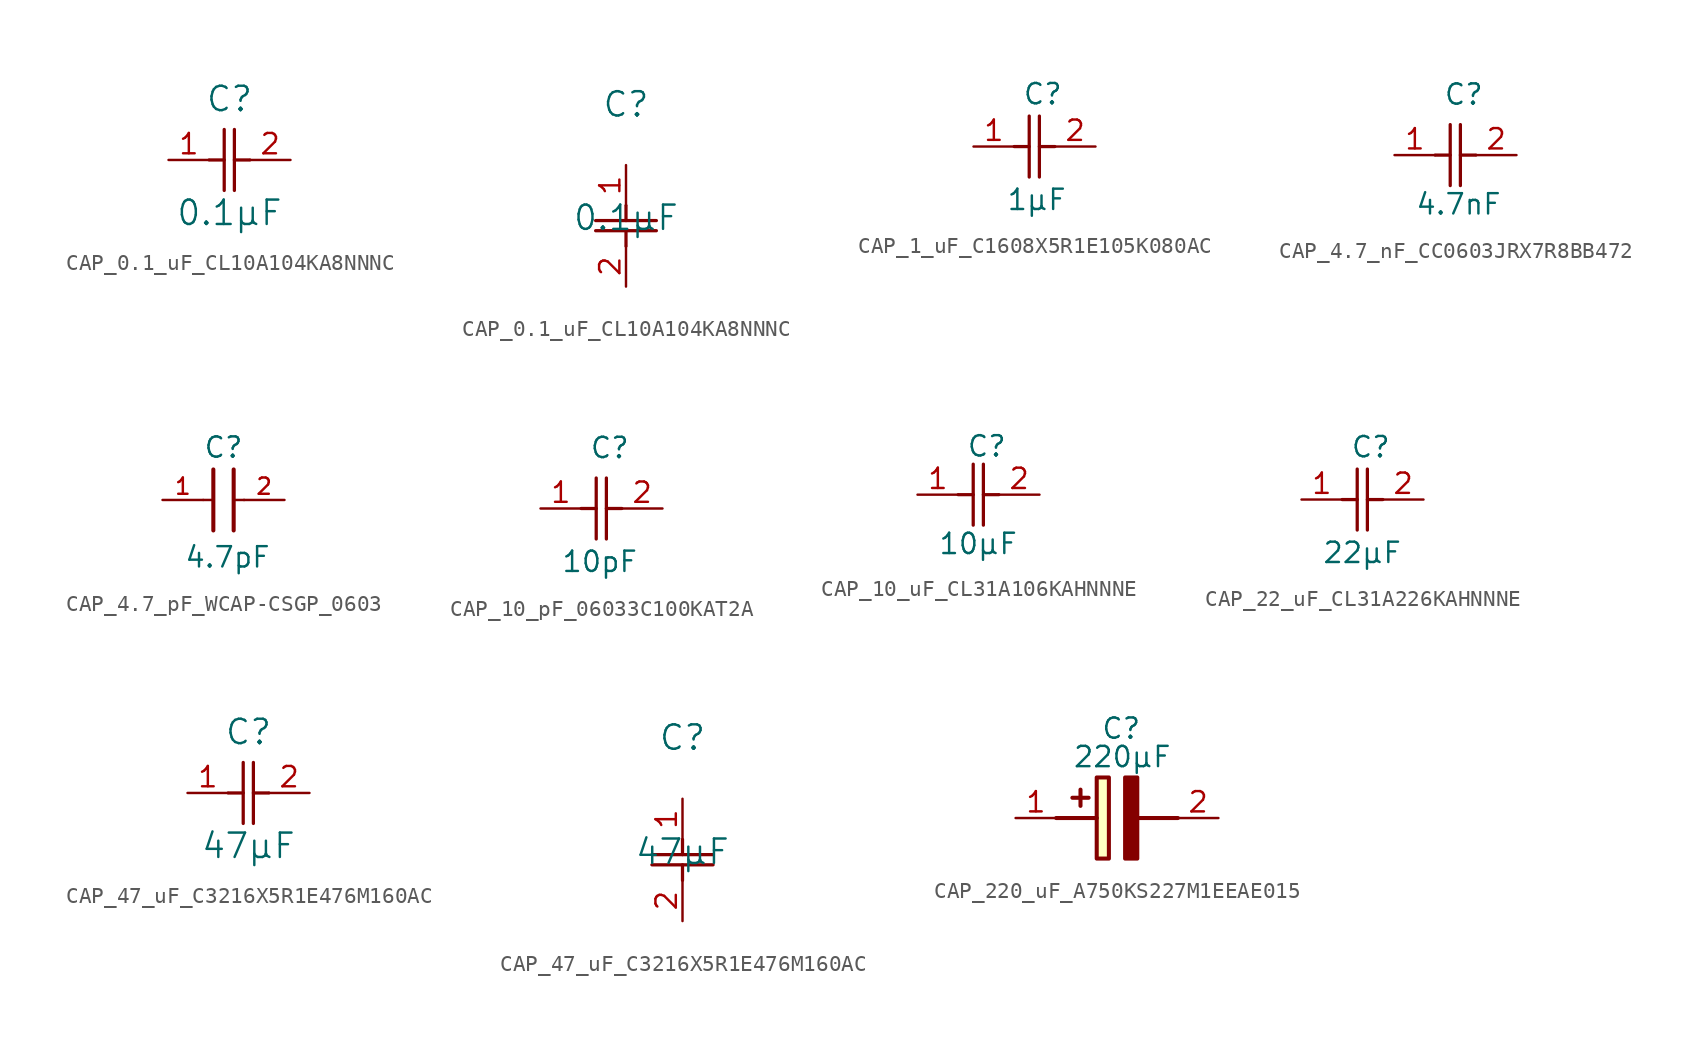
<source format=kicad_sym>
(kicad_symbol_lib
  (version 20241209)
  (generator "kicad_symbol_editor")
  (generator_version "9.0")
  (symbol "CAP_0.1_uF_CL10A104KA8NNNC"
    (pin_names
      (offset 0.254))
    (property "Reference" "C"
      (at 0 3.81 0)
      (effects (font (size 1.524 1.524))))
    (property "Value" "0.1µF"
      (at 0 -3.302 0)
      (effects (font (size 1.524 1.524))))
    (property "ki_locked" ""
      (at 0 0 0)
      (effects (font (size 1.27 1.27))))
    (symbol "CAP_0.1_uF_CL10A104KA8NNNC_1_1"
      (polyline (pts (xy -1.27 0) (xy -0.33 0)) (stroke (width 0.203) (type default)) (fill (type none)))
      (polyline (pts (xy -0.33 -1.905) (xy -0.33 1.905)) (stroke (width 0.203) (type default)) (fill (type none)))
      (polyline (pts (xy 0.305 0) (xy 1.27 0)) (stroke (width 0.203) (type default)) (fill (type none)))
      (polyline (pts (xy 0.305 -1.905) (xy 0.305 1.905)) (stroke (width 0.203) (type default)) (fill (type none)))
      (pin unspecified line (at -3.81 0 0) (length 2.54) (name "" (effects (font (size 1.27 1.27)))) (number "1" (effects (font (size 1.27 1.27)))))
      (pin unspecified line (at 3.81 0 180) (length 2.54) (name "" (effects (font (size 1.27 1.27)))) (number "2" (effects (font (size 1.27 1.27))))))
    (symbol "CAP_0.1_uF_CL10A104KA8NNNC_1_2"
      (polyline (pts (xy -1.905 -3.48) (xy 1.905 -3.48)) (stroke (width 0.203) (type default)) (fill (type none)))
      (polyline (pts (xy -1.905 -4.115) (xy 1.905 -4.115)) (stroke (width 0.203) (type default)) (fill (type none)))
      (polyline (pts (xy 0 -2.54) (xy 0 -3.48)) (stroke (width 0.203) (type default)) (fill (type none)))
      (polyline (pts (xy 0 -4.115) (xy 0 -5.08)) (stroke (width 0.203) (type default)) (fill (type none)))
      (pin unspecified line (at 0 0 270) (length 2.54) (name "" (effects (font (size 1.27 1.27)))) (number "1" (effects (font (size 1.27 1.27)))))
      (pin unspecified line (at 0 -7.62 90) (length 2.54) (name "" (effects (font (size 1.27 1.27)))) (number "2" (effects (font (size 1.27 1.27)))))))
  (symbol "CAP_1_uF_C1608X5R1E105K080AC"
    (pin_names
      (offset 1.016))
    (property "Reference" "C"
      (at -0.762 2.54 0)
      (effects (font (size 1.27 1.27)) (justify left bottom)))
    (property "Value" "1µF"
      (at -1.778 -4.064 0)
      (effects (font (size 1.27 1.27)) (justify left bottom)))
    (symbol "CAP_1_uF_C1608X5R1E105K080AC_1_1"
      (polyline (pts (xy -1.27 0) (xy -0.33 0)) (stroke (width 0.203) (type default)) (fill (type none)))
      (polyline (pts (xy -0.33 -1.905) (xy -0.33 1.905)) (stroke (width 0.203) (type default)) (fill (type none)))
      (polyline (pts (xy 0.305 0) (xy 1.27 0)) (stroke (width 0.203) (type default)) (fill (type none)))
      (polyline (pts (xy 0.305 -1.905) (xy 0.305 1.905)) (stroke (width 0.203) (type default)) (fill (type none)))
      (pin unspecified line (at -3.81 0 0) (length 2.54) (name "" (effects (font (size 1.27 1.27)))) (number "1" (effects (font (size 1.27 1.27)))))
      (pin unspecified line (at 3.81 0 180) (length 2.54) (name "" (effects (font (size 1.27 1.27)))) (number "2" (effects (font (size 1.27 1.27)))))))
  (symbol "CAP_4.7_nF_CC0603JRX7R8BB472"
    (pin_names
      (offset 1.016))
    (property "Reference" "C"
      (at -0.762 3.048 0)
      (effects (font (size 1.27 1.27)) (justify left bottom)))
    (property "Value" "4.7nF"
      (at -2.54 -3.81 0)
      (effects (font (size 1.27 1.27)) (justify left bottom)))
    (symbol "CAP_4.7_nF_CC0603JRX7R8BB472_1_1"
      (polyline (pts (xy -1.27 0) (xy -0.33 0)) (stroke (width 0.203) (type default)) (fill (type none)))
      (polyline (pts (xy -0.33 -1.905) (xy -0.33 1.905)) (stroke (width 0.203) (type default)) (fill (type none)))
      (polyline (pts (xy 0.305 0) (xy 1.27 0)) (stroke (width 0.203) (type default)) (fill (type none)))
      (polyline (pts (xy 0.305 -1.905) (xy 0.305 1.905)) (stroke (width 0.203) (type default)) (fill (type none)))
      (pin unspecified line (at -3.81 0 0) (length 2.54) (name "" (effects (font (size 1.27 1.27)))) (number "1" (effects (font (size 1.27 1.27)))))
      (pin unspecified line (at 3.81 0 180) (length 2.54) (name "" (effects (font (size 1.27 1.27)))) (number "2" (effects (font (size 1.27 1.27)))))))
  (symbol "CAP_4.7_pF_WCAP-CSGP_0603"
    (pin_names
      (offset 1.016))
    (property "Reference" "C"
      (at 0 2.54 0)
      (effects (font (size 1.27 1.27)) (justify bottom)))
    (property "Value" "4.7pF"
      (at 0.254 -4.318 0)
      (effects (font (size 1.27 1.27)) (justify bottom)))
    (symbol "CAP_4.7_pF_WCAP-CSGP_0603_0_0"
      (polyline (pts (xy -1.27 0) (xy -0.627 0)) (stroke (width 0.152) (type default)) (fill (type none)))
      (polyline (pts (xy -0.635 -1.905) (xy -0.635 1.905)) (stroke (width 0.254) (type default)) (fill (type none)))
      (polyline (pts (xy 0.635 1.905) (xy 0.635 -1.905)) (stroke (width 0.254) (type default)) (fill (type none)))
      (polyline (pts (xy 0.658 0) (xy 1.3 0)) (stroke (width 0.152) (type default)) (fill (type none)))
      (pin passive line (at -3.81 0 0) (length 2.54) (name "~" (effects (font (size 1.016 1.016)))) (number "1" (effects (font (size 1.016 1.016)))))
      (pin passive line (at 3.81 0 180) (length 2.54) (name "~" (effects (font (size 1.016 1.016)))) (number "2" (effects (font (size 1.016 1.016)))))))
  (symbol "CAP_10_pF_06033C100KAT2A"
    (pin_names
      (offset 1.016))
    (property "Reference" "C"
      (at -0.762 3.048 0)
      (effects (font (size 1.27 1.27)) (justify left bottom)))
    (property "Value" "10pF"
      (at -2.54 -4.064 0)
      (effects (font (size 1.27 1.27)) (justify left bottom)))
    (symbol "CAP_10_pF_06033C100KAT2A_1_1"
      (polyline (pts (xy -1.27 0) (xy -0.33 0)) (stroke (width 0.203) (type default)) (fill (type none)))
      (polyline (pts (xy -0.33 -1.905) (xy -0.33 1.905)) (stroke (width 0.203) (type default)) (fill (type none)))
      (polyline (pts (xy 0.305 0) (xy 1.27 0)) (stroke (width 0.203) (type default)) (fill (type none)))
      (polyline (pts (xy 0.305 -1.905) (xy 0.305 1.905)) (stroke (width 0.203) (type default)) (fill (type none)))
      (pin unspecified line (at -3.81 0 0) (length 2.54) (name "" (effects (font (size 1.27 1.27)))) (number "1" (effects (font (size 1.27 1.27)))))
      (pin unspecified line (at 3.81 0 180) (length 2.54) (name "" (effects (font (size 1.27 1.27)))) (number "2" (effects (font (size 1.27 1.27)))))))
  (symbol "CAP_10_uF_CL31A106KAHNNNE"
    (pin_names
      (offset 1.016))
    (property "Reference" "C"
      (at -0.762 2.286 0)
      (effects (font (size 1.27 1.27)) (justify left bottom)))
    (property "Value" "10µF"
      (at -2.54 -3.81 0)
      (effects (font (size 1.27 1.27)) (justify left bottom)))
    (symbol "CAP_10_uF_CL31A106KAHNNNE_1_1"
      (polyline (pts (xy -1.27 0) (xy -0.33 0)) (stroke (width 0.203) (type default)) (fill (type none)))
      (polyline (pts (xy -0.33 -1.905) (xy -0.33 1.905)) (stroke (width 0.203) (type default)) (fill (type none)))
      (polyline (pts (xy 0.305 0) (xy 1.27 0)) (stroke (width 0.203) (type default)) (fill (type none)))
      (polyline (pts (xy 0.305 -1.905) (xy 0.305 1.905)) (stroke (width 0.203) (type default)) (fill (type none)))
      (pin unspecified line (at -3.81 0 0) (length 2.54) (name "" (effects (font (size 1.27 1.27)))) (number "1" (effects (font (size 1.27 1.27)))))
      (pin unspecified line (at 3.81 0 180) (length 2.54) (name "" (effects (font (size 1.27 1.27)))) (number "2" (effects (font (size 1.27 1.27)))))))
  (symbol "CAP_22_uF_CL31A226KAHNNNE"
    (pin_names
      (offset 1.016))
    (property "Reference" "C"
      (at -0.762 2.54 0)
      (effects (font (size 1.27 1.27)) (justify left bottom)))
    (property "Value" "22µF"
      (at -2.54 -4.064 0)
      (effects (font (size 1.27 1.27)) (justify left bottom)))
    (symbol "CAP_22_uF_CL31A226KAHNNNE_1_1"
      (polyline (pts (xy -1.27 0) (xy -0.33 0)) (stroke (width 0.203) (type default)) (fill (type none)))
      (polyline (pts (xy -0.33 -1.905) (xy -0.33 1.905)) (stroke (width 0.203) (type default)) (fill (type none)))
      (polyline (pts (xy 0.305 0) (xy 1.27 0)) (stroke (width 0.203) (type default)) (fill (type none)))
      (polyline (pts (xy 0.305 -1.905) (xy 0.305 1.905)) (stroke (width 0.203) (type default)) (fill (type none)))
      (pin unspecified line (at -3.81 0 0) (length 2.54) (name "" (effects (font (size 1.27 1.27)))) (number "1" (effects (font (size 1.27 1.27)))))
      (pin unspecified line (at 3.81 0 180) (length 2.54) (name "" (effects (font (size 1.27 1.27)))) (number "2" (effects (font (size 1.27 1.27)))))))
  (symbol "CAP_47_uF_C3216X5R1E476M160AC"
    (pin_names
      (offset 0.254))
    (property "Reference" "C"
      (at 0 3.81 0)
      (effects (font (size 1.524 1.524))))
    (property "Value" "47µF"
      (at 0 -3.302 0)
      (effects (font (size 1.524 1.524))))
    (property "ki_locked" ""
      (at 0 0 0)
      (effects (font (size 1.27 1.27))))
    (symbol "CAP_47_uF_C3216X5R1E476M160AC_1_1"
      (polyline (pts (xy -1.27 0) (xy -0.33 0)) (stroke (width 0.203) (type default)) (fill (type none)))
      (polyline (pts (xy -0.33 -1.905) (xy -0.33 1.905)) (stroke (width 0.203) (type default)) (fill (type none)))
      (polyline (pts (xy 0.305 0) (xy 1.27 0)) (stroke (width 0.203) (type default)) (fill (type none)))
      (polyline (pts (xy 0.305 -1.905) (xy 0.305 1.905)) (stroke (width 0.203) (type default)) (fill (type none)))
      (pin unspecified line (at -3.81 0 0) (length 2.54) (name "" (effects (font (size 1.27 1.27)))) (number "1" (effects (font (size 1.27 1.27)))))
      (pin unspecified line (at 3.81 0 180) (length 2.54) (name "" (effects (font (size 1.27 1.27)))) (number "2" (effects (font (size 1.27 1.27))))))
    (symbol "CAP_47_uF_C3216X5R1E476M160AC_1_2"
      (polyline (pts (xy -1.905 -3.48) (xy 1.905 -3.48)) (stroke (width 0.203) (type default)) (fill (type none)))
      (polyline (pts (xy -1.905 -4.115) (xy 1.905 -4.115)) (stroke (width 0.203) (type default)) (fill (type none)))
      (polyline (pts (xy 0 -2.54) (xy 0 -3.48)) (stroke (width 0.203) (type default)) (fill (type none)))
      (polyline (pts (xy 0 -4.115) (xy 0 -5.08)) (stroke (width 0.203) (type default)) (fill (type none)))
      (pin unspecified line (at 0 0 270) (length 2.54) (name "" (effects (font (size 1.27 1.27)))) (number "1" (effects (font (size 1.27 1.27)))))
      (pin unspecified line (at 0 -7.62 90) (length 2.54) (name "" (effects (font (size 1.27 1.27)))) (number "2" (effects (font (size 1.27 1.27)))))))
  (symbol "CAP_220_uF_A750KS227M1EEAE015"
    (pin_names
      (hide yes))
    (property "Reference" "C"
      (at -1.016 6.35 0)
      (effects (font (size 1.27 1.27)) (justify left top)))
    (property "Value" "220µF"
      (at -2.794 4.572 0)
      (effects (font (size 1.27 1.27)) (justify left top)))
    (symbol "CAP_220_uF_A750KS227M1EEAE015_1_1"
      (polyline (pts (xy -3.81 0) (xy -1.27 0)) (stroke (width 0.254) (type default)) (fill (type none)))
      (polyline (pts (xy -2.286 1.778) (xy -2.286 0.762)) (stroke (width 0.254) (type default)) (fill (type none)))
      (polyline (pts (xy -1.778 1.27) (xy -2.794 1.27)) (stroke (width 0.254) (type default)) (fill (type none)))
      (rectangle (start -1.27 2.54) (end -0.508 -2.54) (stroke (width 0.254) (type default)) (fill (type background)))
      (polyline (pts (xy 1.27 2.54) (xy 1.27 -2.54) (xy 0.508 -2.54) (xy 0.508 2.54) (xy 1.27 2.54)) (stroke (width 0.254) (type default)) (fill (type outline)))
      (polyline (pts (xy 1.27 0) (xy 3.81 0)) (stroke (width 0.254) (type default)) (fill (type none)))
      (pin passive line (at -6.35 0 0) (length 2.54) (name "+" (effects (font (size 1.27 1.27)))) (number "1" (effects (font (size 1.27 1.27)))))
      (pin passive line (at 6.35 0 180) (length 2.54) (name "-" (effects (font (size 1.27 1.27)))) (number "2" (effects (font (size 1.27 1.27))))))))
</source>
